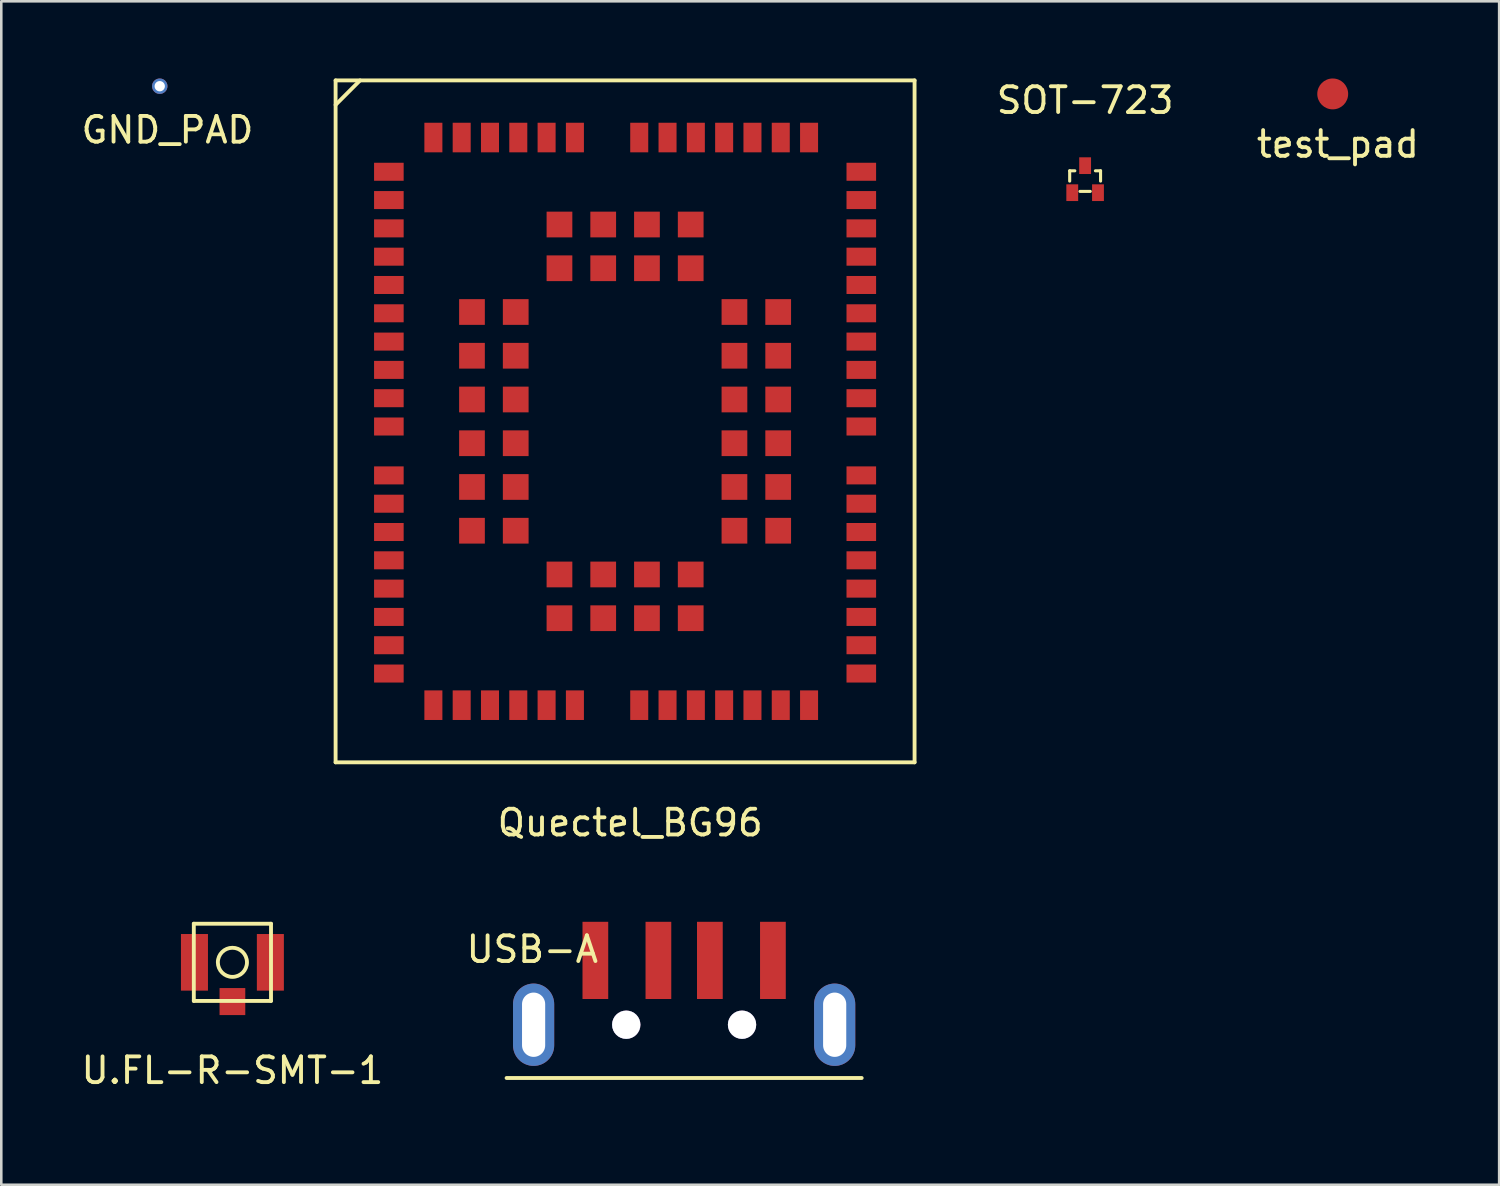
<source format=kicad_pcb>
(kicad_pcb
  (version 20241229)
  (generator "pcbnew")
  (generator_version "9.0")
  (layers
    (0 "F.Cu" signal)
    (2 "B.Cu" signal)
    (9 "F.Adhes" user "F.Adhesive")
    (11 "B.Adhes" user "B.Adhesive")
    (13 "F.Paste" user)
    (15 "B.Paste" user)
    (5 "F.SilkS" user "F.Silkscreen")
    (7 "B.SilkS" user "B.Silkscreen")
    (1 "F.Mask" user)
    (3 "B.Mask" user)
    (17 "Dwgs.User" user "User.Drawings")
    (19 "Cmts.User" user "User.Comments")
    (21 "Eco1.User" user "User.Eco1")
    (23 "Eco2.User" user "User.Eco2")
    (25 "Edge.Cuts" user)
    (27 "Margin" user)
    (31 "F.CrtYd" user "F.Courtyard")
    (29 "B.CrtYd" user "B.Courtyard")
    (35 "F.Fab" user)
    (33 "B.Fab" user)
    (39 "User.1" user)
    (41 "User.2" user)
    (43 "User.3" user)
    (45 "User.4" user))
  (footprint "U.FL-R-SMT-1"
    (layer "F.Cu")
    (at 5.982 34.348)
    (property "Reference" "U.FL-R-SMT-1" (at 0 4.2 0) (layer "F.SilkS") (effects (font (size 1 1) (thickness 0.15))))
    (attr through_hole)
    (fp_line (start -1.5 -1.5) (end -1.5 1.5) (stroke (width 0.15) (type solid)) (layer "F.SilkS"))
    (fp_line (start -1.5 -1.5) (end 1.5 -1.5) (stroke (width 0.15) (type solid)) (layer "F.SilkS"))
    (fp_line (start -1.5 1.5) (end 1.5 1.5) (stroke (width 0.15) (type solid)) (layer "F.SilkS"))
    (fp_line (start 1.5 1.5) (end 1.5 -1.5) (stroke (width 0.15) (type solid)) (layer "F.SilkS"))
    (fp_circle (center 0 0) (end 0.4 0.4) (stroke (width 0.15) (type solid)) (fill no) (layer "F.SilkS"))
    (pad "1" smd rect (at -1.475 0) (size 1.05 2.2) (layers "F.Cu" "F.Mask" "F.Paste"))
    (pad "2" smd rect (at 1.475 0) (size 1.05 2.2) (layers "F.Cu" "F.Mask" "F.Paste"))
    (pad "3" smd rect (at 0 1.525) (size 1 1.05) (layers "F.Cu" "F.Mask" "F.Paste")))
  (footprint "GND_PAD"
    (layer "F.Cu")
    (at 3.158 0.3)
    (property "Reference" "GND_PAD" (at 0.3 1.7 0) (layer "F.SilkS") (effects (font (size 1 1) (thickness 0.15))))
    (attr through_hole)
    (pad "1" thru_hole circle (at 0 0) (size 0.6 0.6) (drill 0.4) (layers "*.Cu")))
  (footprint "test_pad"
    (layer "F.Cu")
    (at 48.742 0.6)
    (property "Reference" "test_pad" (at 0.2 1.95 0) (layer "F.SilkS") (effects (font (size 1 1) (thickness 0.15))))
    (attr smd)
    (pad "1" smd circle (at 0 0) (size 1.2 1.2) (layers "F.Cu" "F.Mask" "F.Paste")))
  (footprint "USB-A"
    (layer "F.Cu")
    (at 23.537 39.743)
    (property "Reference" "USB-A" (at -5.9 -5.9 0) (layer "F.SilkS") (effects (font (size 1 1) (thickness 0.15))))
    (attr through_hole)
    (fp_line (start -6.9 -0.9) (end 6.9 -0.9) (stroke (width 0.15) (type solid)) (layer "F.SilkS"))
    (pad "0" thru_hole circle (at -2.25 -2.97) (size 1.1 1.1) (drill 1.1) (layers "*.Cu" "*.Mask"))
    (pad "0" thru_hole circle (at 2.25 -2.97) (size 1.1 1.1) (drill 1.1) (layers "*.Cu" "*.Mask"))
    (pad "1" smd rect (at 3.45 -5.47) (size 1 3) (layers "F.Cu" "F.Mask" "F.Paste"))
    (pad "2" smd rect (at 1 -5.47) (size 1 3) (layers "F.Cu" "F.Mask" "F.Paste"))
    (pad "3" smd rect (at -1 -5.47) (size 1 3) (layers "F.Cu" "F.Mask" "F.Paste"))
    (pad "4" smd rect (at -3.45 -5.47) (size 1 3) (layers "F.Cu" "F.Mask" "F.Paste"))
    (pad "5" thru_hole oval (at -5.85 -2.97) (size 1.6 3.2) (drill oval 0.9 2.5) (layers "*.Cu" "*.Mask"))
    (pad "5" thru_hole oval (at 5.85 -2.97) (size 1.6 3.2) (drill oval 0.9 2.5) (layers "*.Cu" "*.Mask")))
  (footprint "Quectel_BG96"
    (layer "F.Cu")
    (at 21.242 13.325)
    (property "Reference" "Quectel_BG96" (at 0.2 15.6 0) (layer "F.SilkS") (effects (font (size 1 1) (thickness 0.15))))
    (attr through_hole)
    (fp_line (start -11.25 -13.25) (end -11.25 13.25) (stroke (width 0.15) (type solid)) (layer "F.SilkS"))
    (fp_line (start -11.25 13.25) (end 11.25 13.25) (stroke (width 0.15) (type solid)) (layer "F.SilkS"))
    (fp_line (start -10.3 -13.25) (end -11.25 -12.3) (stroke (width 0.15) (type solid)) (layer "F.SilkS"))
    (fp_line (start 11.25 -13.25) (end -11.25 -13.25) (stroke (width 0.15) (type solid)) (layer "F.SilkS"))
    (fp_line (start 11.25 13.25) (end 11.25 -13.25) (stroke (width 0.15) (type solid)) (layer "F.SilkS"))
    (pad "1" smd rect (at -9.18 -9.7) (size 1.15 0.7) (layers "F.Cu" "F.Mask" "F.Paste"))
    (pad "2" smd rect (at -9.18 -8.6) (size 1.15 0.7) (layers "F.Cu" "F.Mask" "F.Paste"))
    (pad "3" smd rect (at -9.18 -7.5) (size 1.15 0.7) (layers "F.Cu" "F.Mask" "F.Paste"))
    (pad "4" smd rect (at -9.18 -6.4) (size 1.15 0.7) (layers "F.Cu" "F.Mask" "F.Paste"))
    (pad "5" smd rect (at -9.18 -5.3) (size 1.15 0.7) (layers "F.Cu" "F.Mask" "F.Paste"))
    (pad "6" smd rect (at -9.18 -4.2) (size 1.15 0.7) (layers "F.Cu" "F.Mask" "F.Paste"))
    (pad "7" smd rect (at -9.18 -3.1) (size 1.15 0.7) (layers "F.Cu" "F.Mask" "F.Paste"))
    (pad "8" smd rect (at -9.18 -2) (size 1.15 0.7) (layers "F.Cu" "F.Mask" "F.Paste"))
    (pad "9" smd rect (at -9.18 -0.9) (size 1.15 0.7) (layers "F.Cu" "F.Mask" "F.Paste"))
    (pad "10" smd rect (at -9.18 0.2) (size 1.15 0.7) (layers "F.Cu" "F.Mask" "F.Paste"))
    (pad "11" smd rect (at -9.18 2.1) (size 1.15 0.7) (layers "F.Cu" "F.Mask" "F.Paste"))
    (pad "12" smd rect (at -9.18 3.2) (size 1.15 0.7) (layers "F.Cu" "F.Mask" "F.Paste"))
    (pad "13" smd rect (at -9.18 4.3) (size 1.15 0.7) (layers "F.Cu" "F.Mask" "F.Paste"))
    (pad "14" smd rect (at -9.18 5.4) (size 1.15 0.7) (layers "F.Cu" "F.Mask" "F.Paste"))
    (pad "15" smd rect (at -9.18 6.5) (size 1.15 0.7) (layers "F.Cu" "F.Mask" "F.Paste"))
    (pad "16" smd rect (at -9.18 7.6) (size 1.15 0.7) (layers "F.Cu" "F.Mask" "F.Paste"))
    (pad "17" smd rect (at -9.18 8.7) (size 1.15 0.7) (layers "F.Cu" "F.Mask" "F.Paste"))
    (pad "18" smd rect (at -9.18 9.8) (size 1.15 0.7) (layers "F.Cu" "F.Mask" "F.Paste"))
    (pad "19" smd rect (at -7.45 11.03 90) (size 1.15 0.7) (layers "F.Cu" "F.Mask" "F.Paste"))
    (pad "20" smd rect (at -6.35 11.03 90) (size 1.15 0.7) (layers "F.Cu" "F.Mask" "F.Paste"))
    (pad "21" smd rect (at -5.25 11.03 90) (size 1.15 0.7) (layers "F.Cu" "F.Mask" "F.Paste"))
    (pad "22" smd rect (at -4.15 11.03 90) (size 1.15 0.7) (layers "F.Cu" "F.Mask" "F.Paste"))
    (pad "23" smd rect (at -3.05 11.03 90) (size 1.15 0.7) (layers "F.Cu" "F.Mask" "F.Paste"))
    (pad "24" smd rect (at -1.95 11.03 90) (size 1.15 0.7) (layers "F.Cu" "F.Mask" "F.Paste"))
    (pad "25" smd rect (at 0.55 11.03 90) (size 1.15 0.7) (layers "F.Cu" "F.Mask" "F.Paste"))
    (pad "26" smd rect (at 1.65 11.03 90) (size 1.15 0.7) (layers "F.Cu" "F.Mask" "F.Paste"))
    (pad "27" smd rect (at 2.75 11.03 90) (size 1.15 0.7) (layers "F.Cu" "F.Mask" "F.Paste"))
    (pad "28" smd rect (at 3.85 11.03 90) (size 1.15 0.7) (layers "F.Cu" "F.Mask" "F.Paste"))
    (pad "29" smd rect (at 4.95 11.03 90) (size 1.15 0.7) (layers "F.Cu" "F.Mask" "F.Paste"))
    (pad "30" smd rect (at 6.05 11.03 90) (size 1.15 0.7) (layers "F.Cu" "F.Mask" "F.Paste"))
    (pad "31" smd rect (at 7.15 11.03 90) (size 1.15 0.7) (layers "F.Cu" "F.Mask" "F.Paste"))
    (pad "32" smd rect (at 9.18 9.8) (size 1.15 0.7) (layers "F.Cu" "F.Mask" "F.Paste"))
    (pad "33" smd rect (at 9.18 8.7) (size 1.15 0.7) (layers "F.Cu" "F.Mask" "F.Paste"))
    (pad "34" smd rect (at 9.18 7.6) (size 1.15 0.7) (layers "F.Cu" "F.Mask" "F.Paste"))
    (pad "35" smd rect (at 9.18 6.5) (size 1.15 0.7) (layers "F.Cu" "F.Mask" "F.Paste"))
    (pad "36" smd rect (at 9.18 5.4) (size 1.15 0.7) (layers "F.Cu" "F.Mask" "F.Paste"))
    (pad "37" smd rect (at 9.18 4.3) (size 1.15 0.7) (layers "F.Cu" "F.Mask" "F.Paste"))
    (pad "38" smd rect (at 9.18 3.2) (size 1.15 0.7) (layers "F.Cu" "F.Mask" "F.Paste"))
    (pad "39" smd rect (at 9.18 2.1) (size 1.15 0.7) (layers "F.Cu" "F.Mask" "F.Paste"))
    (pad "40" smd rect (at 9.18 0.2) (size 1.15 0.7) (layers "F.Cu" "F.Mask" "F.Paste"))
    (pad "41" smd rect (at 9.18 -0.9) (size 1.15 0.7) (layers "F.Cu" "F.Mask" "F.Paste"))
    (pad "42" smd rect (at 9.18 -2) (size 1.15 0.7) (layers "F.Cu" "F.Mask" "F.Paste"))
    (pad "43" smd rect (at 9.18 -3.1) (size 1.15 0.7) (layers "F.Cu" "F.Mask" "F.Paste"))
    (pad "44" smd rect (at 9.18 -4.2) (size 1.15 0.7) (layers "F.Cu" "F.Mask" "F.Paste"))
    (pad "45" smd rect (at 9.18 -5.3) (size 1.15 0.7) (layers "F.Cu" "F.Mask" "F.Paste"))
    (pad "46" smd rect (at 9.18 -6.4) (size 1.15 0.7) (layers "F.Cu" "F.Mask" "F.Paste"))
    (pad "47" smd rect (at 9.18 -7.5) (size 1.15 0.7) (layers "F.Cu" "F.Mask" "F.Paste"))
    (pad "48" smd rect (at 9.18 -8.6) (size 1.15 0.7) (layers "F.Cu" "F.Mask" "F.Paste"))
    (pad "49" smd rect (at 9.18 -9.7) (size 1.15 0.7) (layers "F.Cu" "F.Mask" "F.Paste"))
    (pad "50" smd rect (at 7.15 -11.03 90) (size 1.15 0.7) (layers "F.Cu" "F.Mask" "F.Paste"))
    (pad "51" smd rect (at 6.05 -11.03 90) (size 1.15 0.7) (layers "F.Cu" "F.Mask" "F.Paste"))
    (pad "52" smd rect (at 4.95 -11.03 90) (size 1.15 0.7) (layers "F.Cu" "F.Mask" "F.Paste"))
    (pad "53" smd rect (at 3.85 -11.03 90) (size 1.15 0.7) (layers "F.Cu" "F.Mask" "F.Paste"))
    (pad "54" smd rect (at 2.75 -11.03 90) (size 1.15 0.7) (layers "F.Cu" "F.Mask" "F.Paste"))
    (pad "55" smd rect (at 1.65 -11.03 90) (size 1.15 0.7) (layers "F.Cu" "F.Mask" "F.Paste"))
    (pad "56" smd rect (at 0.55 -11.03 90) (size 1.15 0.7) (layers "F.Cu" "F.Mask" "F.Paste"))
    (pad "57" smd rect (at -1.95 -11.03 90) (size 1.15 0.7) (layers "F.Cu" "F.Mask" "F.Paste"))
    (pad "58" smd rect (at -3.05 -11.03 90) (size 1.15 0.7) (layers "F.Cu" "F.Mask" "F.Paste"))
    (pad "59" smd rect (at -4.15 -11.03 90) (size 1.15 0.7) (layers "F.Cu" "F.Mask" "F.Paste"))
    (pad "60" smd rect (at -5.25 -11.03 90) (size 1.15 0.7) (layers "F.Cu" "F.Mask" "F.Paste"))
    (pad "61" smd rect (at -6.35 -11.03 90) (size 1.15 0.7) (layers "F.Cu" "F.Mask" "F.Paste"))
    (pad "62" smd rect (at -7.45 -11.03 90) (size 1.15 0.7) (layers "F.Cu" "F.Mask" "F.Paste"))
    (pad "63" smd rect (at -5.95 -4.25 90) (size 1 1) (layers "F.Cu" "F.Mask" "F.Paste"))
    (pad "64" smd rect (at -5.95 -2.55 90) (size 1 1) (layers "F.Cu" "F.Mask" "F.Paste"))
    (pad "65" smd rect (at -5.95 -0.85 90) (size 1 1) (layers "F.Cu" "F.Mask" "F.Paste"))
    (pad "66" smd rect (at -5.95 0.85 90) (size 1 1) (layers "F.Cu" "F.Mask" "F.Paste"))
    (pad "67" smd rect (at -5.95 2.55 90) (size 1 1) (layers "F.Cu" "F.Mask" "F.Paste"))
    (pad "68" smd rect (at -5.95 4.25 90) (size 1 1) (layers "F.Cu" "F.Mask" "F.Paste"))
    (pad "69" smd rect (at -2.55 7.65 90) (size 1 1) (layers "F.Cu" "F.Mask" "F.Paste"))
    (pad "70" smd rect (at -0.85 7.65 90) (size 1 1) (layers "F.Cu" "F.Mask" "F.Paste"))
    (pad "71" smd rect (at 0.85 7.65 90) (size 1 1) (layers "F.Cu" "F.Mask" "F.Paste"))
    (pad "72" smd rect (at 2.55 7.65 90) (size 1 1) (layers "F.Cu" "F.Mask" "F.Paste"))
    (pad "73" smd rect (at 5.95 4.25 90) (size 1 1) (layers "F.Cu" "F.Mask" "F.Paste"))
    (pad "74" smd rect (at 5.95 2.55 90) (size 1 1) (layers "F.Cu" "F.Mask" "F.Paste"))
    (pad "75" smd rect (at 5.95 0.85 90) (size 1 1) (layers "F.Cu" "F.Mask" "F.Paste"))
    (pad "76" smd rect (at 5.95 -0.85 90) (size 1 1) (layers "F.Cu" "F.Mask" "F.Paste"))
    (pad "77" smd rect (at 5.95 -2.55 90) (size 1 1) (layers "F.Cu" "F.Mask" "F.Paste"))
    (pad "78" smd rect (at 5.95 -4.25 90) (size 1 1) (layers "F.Cu" "F.Mask" "F.Paste"))
    (pad "79" smd rect (at 2.55 -7.65 90) (size 1 1) (layers "F.Cu" "F.Mask" "F.Paste"))
    (pad "80" smd rect (at 0.85 -7.65 90) (size 1 1) (layers "F.Cu" "F.Mask" "F.Paste"))
    (pad "81" smd rect (at -0.85 -7.65 90) (size 1 1) (layers "F.Cu" "F.Mask" "F.Paste"))
    (pad "82" smd rect (at -2.55 -7.65 90) (size 1 1) (layers "F.Cu" "F.Mask" "F.Paste"))
    (pad "83" smd rect (at -4.25 -4.25 90) (size 1 1) (layers "F.Cu" "F.Mask" "F.Paste"))
    (pad "84" smd rect (at -4.25 -2.55 90) (size 1 1) (layers "F.Cu" "F.Mask" "F.Paste"))
    (pad "85" smd rect (at -4.25 -0.85 90) (size 1 1) (layers "F.Cu" "F.Mask" "F.Paste"))
    (pad "86" smd rect (at -4.25 0.85 90) (size 1 1) (layers "F.Cu" "F.Mask" "F.Paste"))
    (pad "87" smd rect (at -4.25 2.55 90) (size 1 1) (layers "F.Cu" "F.Mask" "F.Paste"))
    (pad "88" smd rect (at -4.25 4.25 90) (size 1 1) (layers "F.Cu" "F.Mask" "F.Paste"))
    (pad "89" smd rect (at -2.55 5.95 90) (size 1 1) (layers "F.Cu" "F.Mask" "F.Paste"))
    (pad "90" smd rect (at -0.85 5.95 90) (size 1 1) (layers "F.Cu" "F.Mask" "F.Paste"))
    (pad "91" smd rect (at 0.85 5.95 90) (size 1 1) (layers "F.Cu" "F.Mask" "F.Paste"))
    (pad "92" smd rect (at 2.55 5.95 90) (size 1 1) (layers "F.Cu" "F.Mask" "F.Paste"))
    (pad "93" smd rect (at 4.25 4.25 90) (size 1 1) (layers "F.Cu" "F.Mask" "F.Paste"))
    (pad "94" smd rect (at 4.25 2.55 90) (size 1 1) (layers "F.Cu" "F.Mask" "F.Paste"))
    (pad "95" smd rect (at 4.25 0.85 90) (size 1 1) (layers "F.Cu" "F.Mask" "F.Paste"))
    (pad "96" smd rect (at 4.25 -0.85 90) (size 1 1) (layers "F.Cu" "F.Mask" "F.Paste"))
    (pad "97" smd rect (at 4.25 -2.55 90) (size 1 1) (layers "F.Cu" "F.Mask" "F.Paste"))
    (pad "98" smd rect (at 4.25 -4.25 90) (size 1 1) (layers "F.Cu" "F.Mask" "F.Paste"))
    (pad "99" smd rect (at 2.55 -5.95 90) (size 1 1) (layers "F.Cu" "F.Mask" "F.Paste"))
    (pad "100" smd rect (at 0.85 -5.95 90) (size 1 1) (layers "F.Cu" "F.Mask" "F.Paste"))
    (pad "101" smd rect (at -0.85 -5.95 90) (size 1 1) (layers "F.Cu" "F.Mask" "F.Paste"))
    (pad "102" smd rect (at -2.55 -5.95 90) (size 1 1) (layers "F.Cu" "F.Mask" "F.Paste")))
  (footprint "SOT-723"
    (layer "F.Cu")
    (at 39.12 3.388)
    (property "Reference" "SOT-723" (at 0 -2.54 0) (unlocked yes) (layer "F.SilkS") (effects (font (size 1 1) (thickness 0.15))))
    (attr smd)
    (fp_line (start -0.6 0.2) (end -0.4 0.2) (stroke (width 0.12) (type solid)) (layer "F.SilkS"))
    (fp_line (start -0.6 0.6) (end -0.6 0.2) (stroke (width 0.12) (type solid)) (layer "F.SilkS"))
    (fp_line (start -0.2 1) (end 0.2 1) (stroke (width 0.12) (type solid)) (layer "F.SilkS"))
    (fp_line (start 0.4 0.2) (end 0.6 0.2) (stroke (width 0.12) (type solid)) (layer "F.SilkS"))
    (fp_line (start 0.6 0.2) (end 0.6 0.6) (stroke (width 0.12) (type solid)) (layer "F.SilkS"))
    (pad "1" smd rect (at -0.5 1.05) (size 0.46 0.65) (layers "F.Cu" "F.Mask" "F.Paste"))
    (pad "2" smd rect (at 0.5 1.05) (size 0.46 0.65) (layers "F.Cu" "F.Mask" "F.Paste"))
    (pad "3" smd rect (at 0 0) (size 0.46 0.65) (layers "F.Cu" "F.Mask" "F.Paste")))
  (gr_rect
    (start -3 -3)
    (end 55.21 42.993)
    (stroke (width 0.1) (type default))
    (fill no)
    (layer "Edge.Cuts")))
</source>
